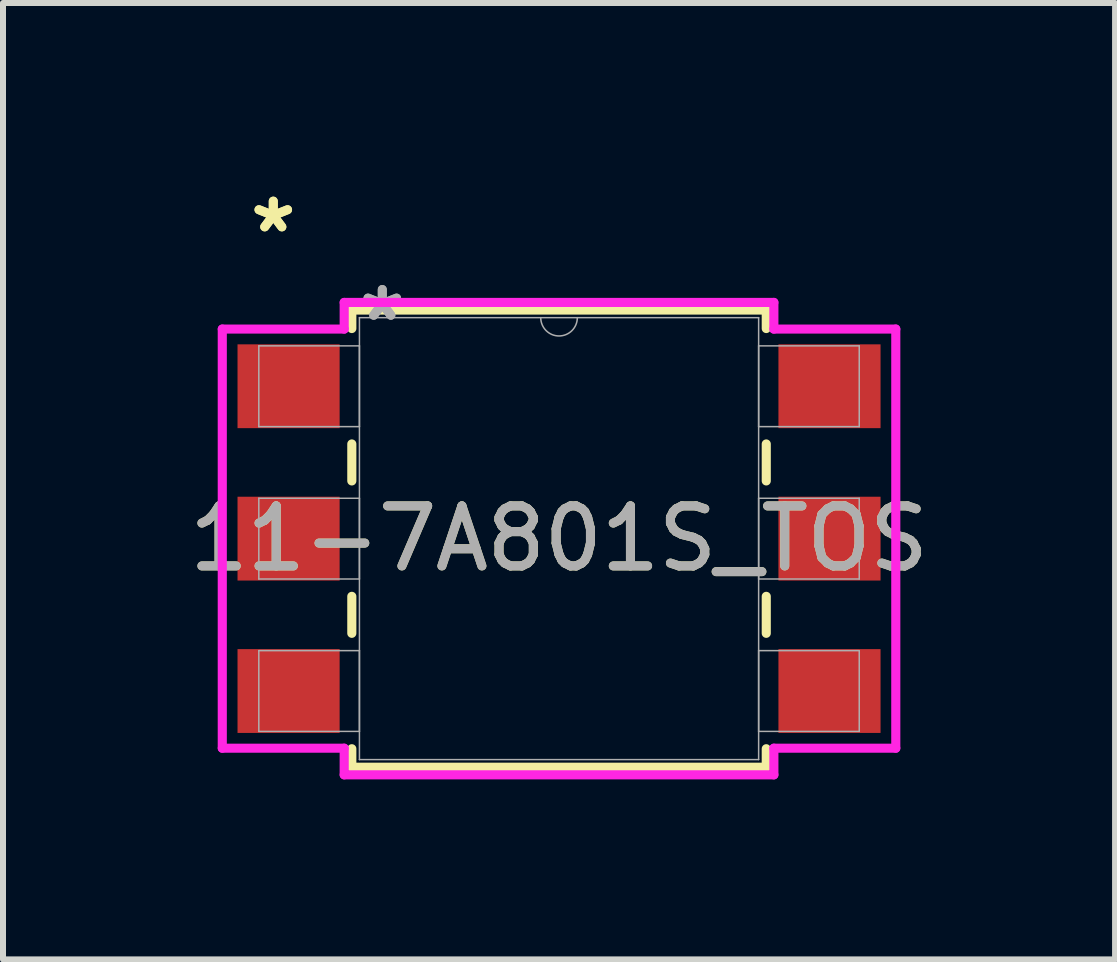
<source format=kicad_pcb>
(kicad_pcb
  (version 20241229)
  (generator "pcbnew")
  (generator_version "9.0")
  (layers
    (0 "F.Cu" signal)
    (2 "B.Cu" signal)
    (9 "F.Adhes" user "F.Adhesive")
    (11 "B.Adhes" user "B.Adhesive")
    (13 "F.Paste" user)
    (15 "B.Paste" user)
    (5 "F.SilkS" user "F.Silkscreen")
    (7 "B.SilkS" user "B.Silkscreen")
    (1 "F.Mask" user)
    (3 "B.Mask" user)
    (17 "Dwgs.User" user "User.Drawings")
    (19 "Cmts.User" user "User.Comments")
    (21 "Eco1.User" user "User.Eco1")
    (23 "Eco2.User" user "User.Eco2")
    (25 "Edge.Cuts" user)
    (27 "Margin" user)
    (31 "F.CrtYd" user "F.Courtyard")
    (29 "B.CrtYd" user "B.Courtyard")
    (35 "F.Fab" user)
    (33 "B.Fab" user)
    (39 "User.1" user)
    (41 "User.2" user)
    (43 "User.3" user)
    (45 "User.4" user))
  (footprint "11-7A801S_TOS"
    (layer "F.Cu")
    (at 6.268 5.928)
    (property "Reference" "11-7A801S_TOS" (at 0 0 0) (unlocked yes) (layer "F.SilkS") (effects (font (size 1 1) (thickness 0.15))))
    (attr smd)
    (fp_line (start -3.454 -3.81) (end -3.454 -3.502) (stroke (width 0.152) (type solid)) (layer "F.SilkS"))
    (fp_line (start -3.454 -1.578) (end -3.454 -0.962) (stroke (width 0.152) (type solid)) (layer "F.SilkS"))
    (fp_line (start -3.454 0.962) (end -3.454 1.578) (stroke (width 0.152) (type solid)) (layer "F.SilkS"))
    (fp_line (start -3.454 3.502) (end -3.454 3.81) (stroke (width 0.152) (type solid)) (layer "F.SilkS"))
    (fp_line (start -3.454 3.81) (end 3.454 3.81) (stroke (width 0.152) (type solid)) (layer "F.SilkS"))
    (fp_line (start 3.454 -3.81) (end -3.454 -3.81) (stroke (width 0.152) (type solid)) (layer "F.SilkS"))
    (fp_line (start 3.454 -3.502) (end 3.454 -3.81) (stroke (width 0.152) (type solid)) (layer "F.SilkS"))
    (fp_line (start 3.454 -0.962) (end 3.454 -1.578) (stroke (width 0.152) (type solid)) (layer "F.SilkS"))
    (fp_line (start 3.454 1.578) (end 3.454 0.962) (stroke (width 0.152) (type solid)) (layer "F.SilkS"))
    (fp_line (start 3.454 3.81) (end 3.454 3.502) (stroke (width 0.152) (type solid)) (layer "F.SilkS"))
    (fp_line (start -5.613 -3.493) (end -3.581 -3.493) (stroke (width 0.152) (type solid)) (layer "F.CrtYd"))
    (fp_line (start -5.613 3.493) (end -5.613 -3.493) (stroke (width 0.152) (type solid)) (layer "F.CrtYd"))
    (fp_line (start -5.613 3.493) (end -3.581 3.493) (stroke (width 0.152) (type solid)) (layer "F.CrtYd"))
    (fp_line (start -3.581 -3.937) (end 3.581 -3.937) (stroke (width 0.152) (type solid)) (layer "F.CrtYd"))
    (fp_line (start -3.581 -3.493) (end -3.581 -3.937) (stroke (width 0.152) (type solid)) (layer "F.CrtYd"))
    (fp_line (start -3.581 3.937) (end -3.581 3.493) (stroke (width 0.152) (type solid)) (layer "F.CrtYd"))
    (fp_line (start 3.581 -3.937) (end 3.581 -3.493) (stroke (width 0.152) (type solid)) (layer "F.CrtYd"))
    (fp_line (start 3.581 3.493) (end 3.581 3.937) (stroke (width 0.152) (type solid)) (layer "F.CrtYd"))
    (fp_line (start 3.581 3.937) (end -3.581 3.937) (stroke (width 0.152) (type solid)) (layer "F.CrtYd"))
    (fp_line (start 5.613 -3.493) (end 3.581 -3.493) (stroke (width 0.152) (type solid)) (layer "F.CrtYd"))
    (fp_line (start 5.613 -3.493) (end 5.613 3.493) (stroke (width 0.152) (type solid)) (layer "F.CrtYd"))
    (fp_line (start 5.613 3.493) (end 3.581 3.493) (stroke (width 0.152) (type solid)) (layer "F.CrtYd"))
    (fp_line (start -5.004 -3.213) (end -5.004 -1.867) (stroke (width 0.025) (type solid)) (layer "F.Fab"))
    (fp_line (start -5.004 -1.867) (end -3.327 -1.867) (stroke (width 0.025) (type solid)) (layer "F.Fab"))
    (fp_line (start -5.004 -0.673) (end -5.004 0.673) (stroke (width 0.025) (type solid)) (layer "F.Fab"))
    (fp_line (start -5.004 0.673) (end -3.327 0.673) (stroke (width 0.025) (type solid)) (layer "F.Fab"))
    (fp_line (start -5.004 1.867) (end -5.004 3.213) (stroke (width 0.025) (type solid)) (layer "F.Fab"))
    (fp_line (start -5.004 3.213) (end -3.327 3.213) (stroke (width 0.025) (type solid)) (layer "F.Fab"))
    (fp_line (start -3.327 -3.683) (end -3.327 3.683) (stroke (width 0.025) (type solid)) (layer "F.Fab"))
    (fp_line (start -3.327 -3.213) (end -5.004 -3.213) (stroke (width 0.025) (type solid)) (layer "F.Fab"))
    (fp_line (start -3.327 -1.867) (end -3.327 -3.213) (stroke (width 0.025) (type solid)) (layer "F.Fab"))
    (fp_line (start -3.327 -0.673) (end -5.004 -0.673) (stroke (width 0.025) (type solid)) (layer "F.Fab"))
    (fp_line (start -3.327 0.673) (end -3.327 -0.673) (stroke (width 0.025) (type solid)) (layer "F.Fab"))
    (fp_line (start -3.327 1.867) (end -5.004 1.867) (stroke (width 0.025) (type solid)) (layer "F.Fab"))
    (fp_line (start -3.327 3.213) (end -3.327 1.867) (stroke (width 0.025) (type solid)) (layer "F.Fab"))
    (fp_line (start -3.327 3.683) (end 3.327 3.683) (stroke (width 0.025) (type solid)) (layer "F.Fab"))
    (fp_line (start 3.327 -3.683) (end -3.327 -3.683) (stroke (width 0.025) (type solid)) (layer "F.Fab"))
    (fp_line (start 3.327 -3.213) (end 3.327 -1.867) (stroke (width 0.025) (type solid)) (layer "F.Fab"))
    (fp_line (start 3.327 -1.867) (end 5.004 -1.867) (stroke (width 0.025) (type solid)) (layer "F.Fab"))
    (fp_line (start 3.327 -0.673) (end 3.327 0.673) (stroke (width 0.025) (type solid)) (layer "F.Fab"))
    (fp_line (start 3.327 0.673) (end 5.004 0.673) (stroke (width 0.025) (type solid)) (layer "F.Fab"))
    (fp_line (start 3.327 1.867) (end 3.327 3.213) (stroke (width 0.025) (type solid)) (layer "F.Fab"))
    (fp_line (start 3.327 3.213) (end 5.004 3.213) (stroke (width 0.025) (type solid)) (layer "F.Fab"))
    (fp_line (start 3.327 3.683) (end 3.327 -3.683) (stroke (width 0.025) (type solid)) (layer "F.Fab"))
    (fp_line (start 5.004 -3.213) (end 3.327 -3.213) (stroke (width 0.025) (type solid)) (layer "F.Fab"))
    (fp_line (start 5.004 -1.867) (end 5.004 -3.213) (stroke (width 0.025) (type solid)) (layer "F.Fab"))
    (fp_line (start 5.004 -0.673) (end 3.327 -0.673) (stroke (width 0.025) (type solid)) (layer "F.Fab"))
    (fp_line (start 5.004 0.673) (end 5.004 -0.673) (stroke (width 0.025) (type solid)) (layer "F.Fab"))
    (fp_line (start 5.004 1.867) (end 3.327 1.867) (stroke (width 0.025) (type solid)) (layer "F.Fab"))
    (fp_line (start 5.004 3.213) (end 5.004 1.867) (stroke (width 0.025) (type solid)) (layer "F.Fab"))
    (fp_arc (start 0.3048 -3.683) (mid 0 -3.3782) (end -0.3048 -3.683) (stroke (width 0.0254) (type solid)) (layer "F.Fab"))
    (fp_text user "*" (at -4.763 -5.08 0) (unlocked yes) (layer "F.SilkS") (effects (font (size 1 1) (thickness 0.15))))
    (fp_text user "*" (at -4.763 -5.08 0) (layer "F.SilkS") (effects (font (size 1 1) (thickness 0.15))))
    (fp_text user "${REFERENCE}" (at 0 0 0) (unlocked yes) (layer "F.Fab") (effects (font (size 1 1) (thickness 0.15))))
    (fp_text user "*" (at -2.946 -3.607 0) (layer "F.Fab") (effects (font (size 1 1) (thickness 0.15))))
    (fp_text user "*" (at -2.946 -3.607 0) (unlocked yes) (layer "F.Fab") (effects (font (size 1 1) (thickness 0.15))))
    (pad "1" smd rect (at -4.508 -2.54) (size 1.702 1.397) (layers "F.Cu" "F.Mask" "F.Paste"))
    (pad "2" smd rect (at -4.508 0) (size 1.702 1.397) (layers "F.Cu" "F.Mask" "F.Paste"))
    (pad "3" smd rect (at -4.508 2.54) (size 1.702 1.397) (layers "F.Cu" "F.Mask" "F.Paste"))
    (pad "4" smd rect (at 4.508 2.54) (size 1.702 1.397) (layers "F.Cu" "F.Mask" "F.Paste"))
    (pad "5" smd rect (at 4.508 0) (size 1.702 1.397) (layers "F.Cu" "F.Mask" "F.Paste"))
    (pad "6" smd rect (at 4.508 -2.54) (size 1.702 1.397) (layers "F.Cu" "F.Mask" "F.Paste")))
  (gr_rect
    (start -3 -3)
    (end 15.536 12.941)
    (stroke (width 0.1) (type default))
    (fill no)
    (layer "Edge.Cuts")))
</source>
